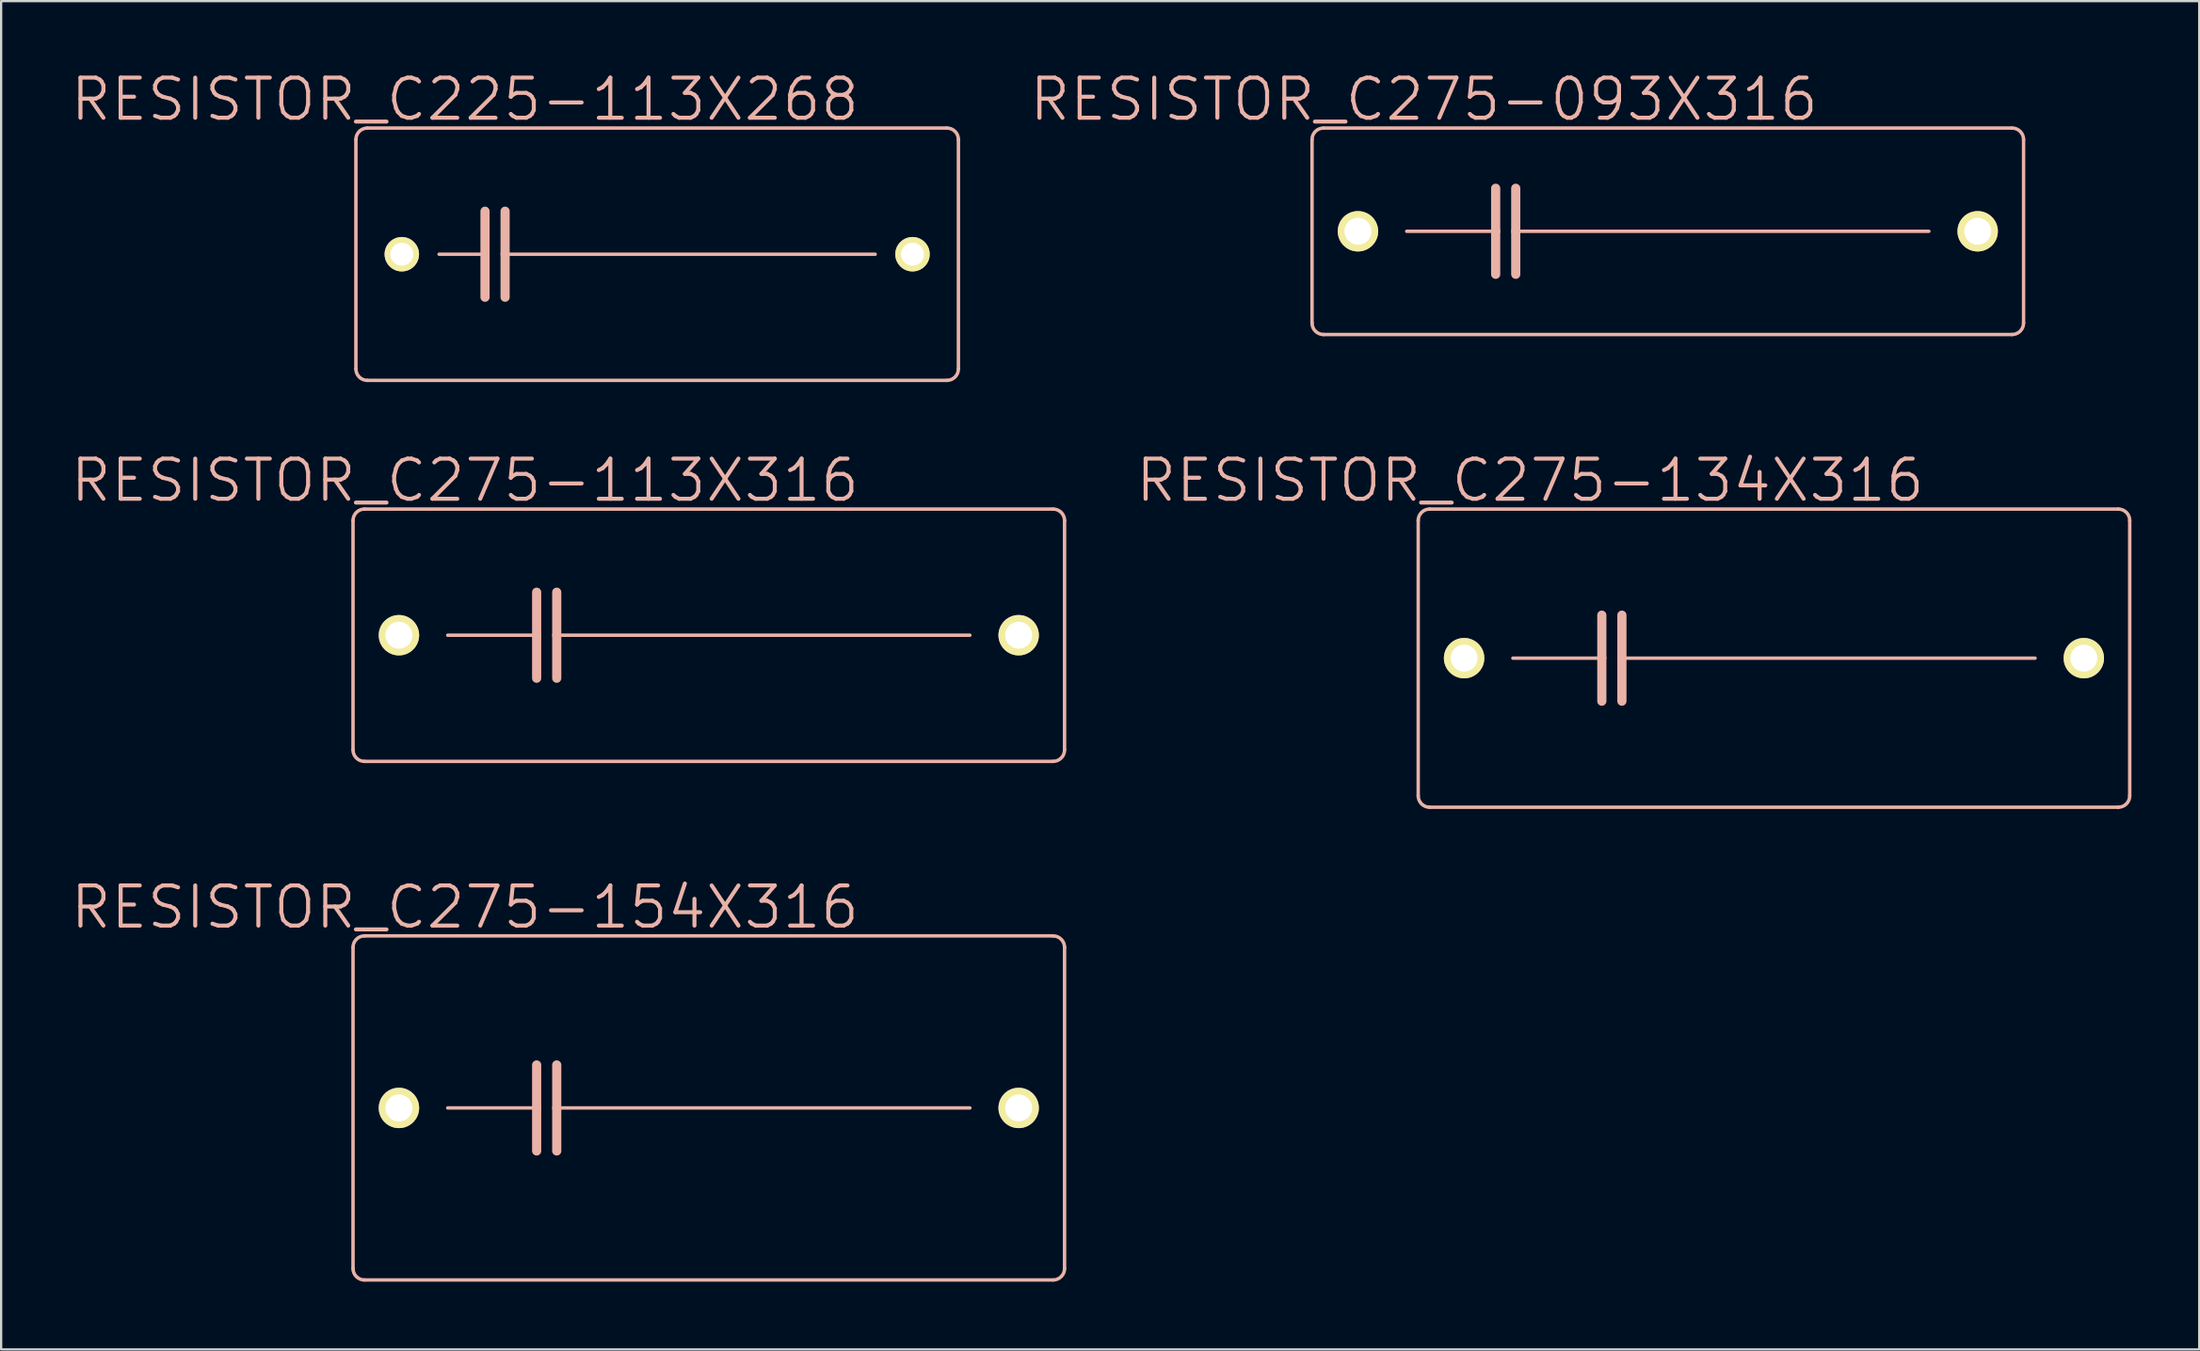
<source format=kicad_pcb>
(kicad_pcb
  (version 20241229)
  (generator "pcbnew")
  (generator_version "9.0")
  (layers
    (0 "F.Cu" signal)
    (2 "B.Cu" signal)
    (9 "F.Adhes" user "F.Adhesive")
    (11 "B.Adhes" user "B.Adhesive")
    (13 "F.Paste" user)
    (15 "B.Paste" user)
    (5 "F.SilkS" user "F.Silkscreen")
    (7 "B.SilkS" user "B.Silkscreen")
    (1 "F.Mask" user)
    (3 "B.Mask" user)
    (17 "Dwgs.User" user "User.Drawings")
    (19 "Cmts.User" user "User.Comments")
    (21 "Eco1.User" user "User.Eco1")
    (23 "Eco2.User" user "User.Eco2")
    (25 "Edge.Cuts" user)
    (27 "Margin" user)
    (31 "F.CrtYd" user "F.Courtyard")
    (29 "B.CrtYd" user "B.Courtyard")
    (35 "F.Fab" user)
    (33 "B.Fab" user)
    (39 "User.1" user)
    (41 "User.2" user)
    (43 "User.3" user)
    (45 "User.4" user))
  (footprint "RESISTOR_C275-093X316"
    (layer "F.Cu")
    (at 70.776 7.194)
    (property "Reference" "RESISTOR_C275-093X316" (at -10.795 -5.842 0) (layer "B.SilkS") (effects (font (size 1.778 1.778) (thickness 0.178))))
    (attr exclude_from_pos_files exclude_from_bom)
    (fp_line (start -15.748 4.064) (end -15.748 -4.064) (stroke (width 0.152) (type solid)) (layer "B.SilkS"))
    (fp_line (start -15.24 -4.572) (end 15.24 -4.572) (stroke (width 0.152) (type solid)) (layer "B.SilkS"))
    (fp_line (start -11.557 0) (end -7.62 0) (stroke (width 0.152) (type solid)) (layer "B.SilkS"))
    (fp_line (start -7.62 -1.905) (end -7.62 0) (stroke (width 0.406) (type solid)) (layer "B.SilkS"))
    (fp_line (start -7.62 0) (end -7.62 1.905) (stroke (width 0.406) (type solid)) (layer "B.SilkS"))
    (fp_line (start -6.731 -1.905) (end -6.731 0) (stroke (width 0.406) (type solid)) (layer "B.SilkS"))
    (fp_line (start -6.731 0) (end -6.731 1.905) (stroke (width 0.406) (type solid)) (layer "B.SilkS"))
    (fp_line (start -6.731 0) (end 11.557 0) (stroke (width 0.152) (type solid)) (layer "B.SilkS"))
    (fp_line (start 15.24 4.572) (end -15.24 4.572) (stroke (width 0.152) (type solid)) (layer "B.SilkS"))
    (fp_line (start 15.748 -4.064) (end 15.748 4.064) (stroke (width 0.152) (type solid)) (layer "B.SilkS"))
    (fp_arc (start -15.748 -4.064) (mid -15.59921 -4.42321) (end -15.24 -4.572) (stroke (width 0.1524) (type solid)) (layer "B.SilkS"))
    (fp_arc (start -15.24 4.572) (mid -15.59921 4.42321) (end -15.748 4.064) (stroke (width 0.1524) (type solid)) (layer "B.SilkS"))
    (fp_arc (start 15.24 -4.572) (mid 15.59921 -4.42321) (end 15.748 -4.064) (stroke (width 0.1524) (type solid)) (layer "B.SilkS"))
    (fp_arc (start 15.748 4.064) (mid 15.59921 4.42321) (end 15.24 4.572) (stroke (width 0.1524) (type solid)) (layer "B.SilkS"))
    (pad "1" thru_hole circle (at -13.716 0) (size 1.788 1.788) (drill 1.194) (layers "*.Cu" "F.Mask" "F.SilkS" "F.Paste"))
    (pad "2" thru_hole circle (at 13.716 0) (size 1.788 1.788) (drill 1.194) (layers "*.Cu" "F.Mask" "F.SilkS" "F.Paste")))
  (footprint "RESISTOR_C275-134X316"
    (layer "F.Cu")
    (at 75.475 26.101)
    (property "Reference" "RESISTOR_C275-134X316" (at -10.795 -7.874 0) (layer "B.SilkS") (effects (font (size 1.778 1.778) (thickness 0.178))))
    (attr exclude_from_pos_files exclude_from_bom)
    (fp_line (start -15.748 6.096) (end -15.748 -6.096) (stroke (width 0.152) (type solid)) (layer "B.SilkS"))
    (fp_line (start -15.24 -6.604) (end 15.24 -6.604) (stroke (width 0.152) (type solid)) (layer "B.SilkS"))
    (fp_line (start -11.557 0) (end -7.62 0) (stroke (width 0.152) (type solid)) (layer "B.SilkS"))
    (fp_line (start -7.62 -1.905) (end -7.62 0) (stroke (width 0.406) (type solid)) (layer "B.SilkS"))
    (fp_line (start -7.62 0) (end -7.62 1.905) (stroke (width 0.406) (type solid)) (layer "B.SilkS"))
    (fp_line (start -6.731 -1.905) (end -6.731 0) (stroke (width 0.406) (type solid)) (layer "B.SilkS"))
    (fp_line (start -6.731 0) (end -6.731 1.905) (stroke (width 0.406) (type solid)) (layer "B.SilkS"))
    (fp_line (start -6.731 0) (end 11.557 0) (stroke (width 0.152) (type solid)) (layer "B.SilkS"))
    (fp_line (start 15.24 6.604) (end -15.24 6.604) (stroke (width 0.152) (type solid)) (layer "B.SilkS"))
    (fp_line (start 15.748 -6.096) (end 15.748 6.096) (stroke (width 0.152) (type solid)) (layer "B.SilkS"))
    (fp_arc (start -15.748 -6.096) (mid -15.59921 -6.45521) (end -15.24 -6.604) (stroke (width 0.1524) (type solid)) (layer "B.SilkS"))
    (fp_arc (start -15.24 6.604) (mid -15.59921 6.45521) (end -15.748 6.096) (stroke (width 0.1524) (type solid)) (layer "B.SilkS"))
    (fp_arc (start 15.24 -6.604) (mid 15.59921 -6.45521) (end 15.748 -6.096) (stroke (width 0.1524) (type solid)) (layer "B.SilkS"))
    (fp_arc (start 15.748 6.096) (mid 15.59921 6.45521) (end 15.24 6.604) (stroke (width 0.1524) (type solid)) (layer "B.SilkS"))
    (pad "1" thru_hole circle (at -13.716 0) (size 1.788 1.788) (drill 1.194) (layers "*.Cu" "F.Mask" "F.SilkS" "F.Paste"))
    (pad "2" thru_hole circle (at 13.716 0) (size 1.788 1.788) (drill 1.194) (layers "*.Cu" "F.Mask" "F.SilkS" "F.Paste")))
  (footprint "RESISTOR_C225-113X268"
    (layer "F.Cu")
    (at 26.039 8.21)
    (property "Reference" "RESISTOR_C225-113X268" (at -8.509 -6.858 0) (layer "B.SilkS") (effects (font (size 1.778 1.778) (thickness 0.178))))
    (attr exclude_from_pos_files exclude_from_bom)
    (fp_line (start -13.335 5.08) (end -13.335 -5.08) (stroke (width 0.152) (type solid)) (layer "B.SilkS"))
    (fp_line (start -12.827 -5.588) (end 12.827 -5.588) (stroke (width 0.152) (type solid)) (layer "B.SilkS"))
    (fp_line (start -9.652 0) (end -7.62 0) (stroke (width 0.152) (type solid)) (layer "B.SilkS"))
    (fp_line (start -7.62 -1.905) (end -7.62 0) (stroke (width 0.406) (type solid)) (layer "B.SilkS"))
    (fp_line (start -7.62 0) (end -7.62 1.905) (stroke (width 0.406) (type solid)) (layer "B.SilkS"))
    (fp_line (start -6.731 -1.905) (end -6.731 0) (stroke (width 0.406) (type solid)) (layer "B.SilkS"))
    (fp_line (start -6.731 0) (end -6.731 1.905) (stroke (width 0.406) (type solid)) (layer "B.SilkS"))
    (fp_line (start -6.731 0) (end 9.652 0) (stroke (width 0.152) (type solid)) (layer "B.SilkS"))
    (fp_line (start 12.827 5.588) (end -12.827 5.588) (stroke (width 0.152) (type solid)) (layer "B.SilkS"))
    (fp_line (start 13.335 -5.08) (end 13.335 5.08) (stroke (width 0.152) (type solid)) (layer "B.SilkS"))
    (fp_arc (start -13.335 -5.08) (mid -13.18621 -5.43921) (end -12.827 -5.588) (stroke (width 0.1524) (type solid)) (layer "B.SilkS"))
    (fp_arc (start -12.827 5.588) (mid -13.18621 5.43921) (end -13.335 5.08) (stroke (width 0.1524) (type solid)) (layer "B.SilkS"))
    (fp_arc (start 12.827 -5.588) (mid 13.18621 -5.43921) (end 13.335 -5.08) (stroke (width 0.1524) (type solid)) (layer "B.SilkS"))
    (fp_arc (start 13.335 5.08) (mid 13.18621 5.43921) (end 12.827 5.588) (stroke (width 0.1524) (type solid)) (layer "B.SilkS"))
    (pad "1" thru_hole circle (at -11.303 0) (size 1.524 1.524) (drill 1.016) (layers "*.Cu" "F.Mask" "F.SilkS" "F.Paste"))
    (pad "2" thru_hole circle (at 11.303 0) (size 1.524 1.524) (drill 1.016) (layers "*.Cu" "F.Mask" "F.SilkS" "F.Paste")))
  (footprint "RESISTOR_C275-113X316"
    (layer "F.Cu")
    (at 28.325 25.085)
    (property "Reference" "RESISTOR_C275-113X316" (at -10.795 -6.858 0) (layer "B.SilkS") (effects (font (size 1.778 1.778) (thickness 0.178))))
    (attr exclude_from_pos_files exclude_from_bom)
    (fp_line (start -15.748 5.08) (end -15.748 -5.08) (stroke (width 0.152) (type solid)) (layer "B.SilkS"))
    (fp_line (start -15.24 -5.588) (end 15.24 -5.588) (stroke (width 0.152) (type solid)) (layer "B.SilkS"))
    (fp_line (start -11.557 0) (end -7.62 0) (stroke (width 0.152) (type solid)) (layer "B.SilkS"))
    (fp_line (start -7.62 -1.905) (end -7.62 0) (stroke (width 0.406) (type solid)) (layer "B.SilkS"))
    (fp_line (start -7.62 0) (end -7.62 1.905) (stroke (width 0.406) (type solid)) (layer "B.SilkS"))
    (fp_line (start -6.731 -1.905) (end -6.731 0) (stroke (width 0.406) (type solid)) (layer "B.SilkS"))
    (fp_line (start -6.731 0) (end -6.731 1.905) (stroke (width 0.406) (type solid)) (layer "B.SilkS"))
    (fp_line (start -6.731 0) (end 11.557 0) (stroke (width 0.152) (type solid)) (layer "B.SilkS"))
    (fp_line (start 15.24 5.588) (end -15.24 5.588) (stroke (width 0.152) (type solid)) (layer "B.SilkS"))
    (fp_line (start 15.748 -5.08) (end 15.748 5.08) (stroke (width 0.152) (type solid)) (layer "B.SilkS"))
    (fp_arc (start -15.748 -5.08) (mid -15.59921 -5.43921) (end -15.24 -5.588) (stroke (width 0.1524) (type solid)) (layer "B.SilkS"))
    (fp_arc (start -15.24 5.588) (mid -15.59921 5.43921) (end -15.748 5.08) (stroke (width 0.1524) (type solid)) (layer "B.SilkS"))
    (fp_arc (start 15.24 -5.588) (mid 15.59921 -5.43921) (end 15.748 -5.08) (stroke (width 0.1524) (type solid)) (layer "B.SilkS"))
    (fp_arc (start 15.748 5.08) (mid 15.59921 5.43921) (end 15.24 5.588) (stroke (width 0.1524) (type solid)) (layer "B.SilkS"))
    (pad "1" thru_hole circle (at -13.716 0) (size 1.788 1.788) (drill 1.194) (layers "*.Cu" "F.Mask" "F.SilkS" "F.Paste"))
    (pad "2" thru_hole circle (at 13.716 0) (size 1.788 1.788) (drill 1.194) (layers "*.Cu" "F.Mask" "F.SilkS" "F.Paste")))
  (footprint "RESISTOR_C275-154X316"
    (layer "F.Cu")
    (at 28.325 46.023)
    (property "Reference" "RESISTOR_C275-154X316" (at -10.795 -8.89 0) (layer "B.SilkS") (effects (font (size 1.778 1.778) (thickness 0.178))))
    (attr exclude_from_pos_files exclude_from_bom)
    (fp_line (start -15.748 7.112) (end -15.748 -7.112) (stroke (width 0.152) (type solid)) (layer "B.SilkS"))
    (fp_line (start -15.24 -7.62) (end 15.24 -7.62) (stroke (width 0.152) (type solid)) (layer "B.SilkS"))
    (fp_line (start -11.557 0) (end -7.62 0) (stroke (width 0.152) (type solid)) (layer "B.SilkS"))
    (fp_line (start -7.62 -1.905) (end -7.62 0) (stroke (width 0.406) (type solid)) (layer "B.SilkS"))
    (fp_line (start -7.62 0) (end -7.62 1.905) (stroke (width 0.406) (type solid)) (layer "B.SilkS"))
    (fp_line (start -6.731 -1.905) (end -6.731 0) (stroke (width 0.406) (type solid)) (layer "B.SilkS"))
    (fp_line (start -6.731 0) (end -6.731 1.905) (stroke (width 0.406) (type solid)) (layer "B.SilkS"))
    (fp_line (start -6.731 0) (end 11.557 0) (stroke (width 0.152) (type solid)) (layer "B.SilkS"))
    (fp_line (start 15.24 7.62) (end -15.24 7.62) (stroke (width 0.152) (type solid)) (layer "B.SilkS"))
    (fp_line (start 15.748 -7.112) (end 15.748 7.112) (stroke (width 0.152) (type solid)) (layer "B.SilkS"))
    (fp_arc (start -15.748 -7.112) (mid -15.59921 -7.47121) (end -15.24 -7.62) (stroke (width 0.1524) (type solid)) (layer "B.SilkS"))
    (fp_arc (start -15.24 7.62) (mid -15.59921 7.47121) (end -15.748 7.112) (stroke (width 0.1524) (type solid)) (layer "B.SilkS"))
    (fp_arc (start 15.24 -7.62) (mid 15.59921 -7.47121) (end 15.748 -7.112) (stroke (width 0.1524) (type solid)) (layer "B.SilkS"))
    (fp_arc (start 15.748 7.112) (mid 15.59921 7.47121) (end 15.24 7.62) (stroke (width 0.1524) (type solid)) (layer "B.SilkS"))
    (pad "1" thru_hole circle (at -13.716 0) (size 1.788 1.788) (drill 1.194) (layers "*.Cu" "F.Mask" "F.SilkS" "F.Paste"))
    (pad "2" thru_hole circle (at 13.716 0) (size 1.788 1.788) (drill 1.194) (layers "*.Cu" "F.Mask" "F.SilkS" "F.Paste")))
  (gr_rect
    (start -3 -3)
    (end 94.299 56.719)
    (stroke (width 0.1) (type default))
    (fill no)
    (layer "Edge.Cuts")))
</source>
